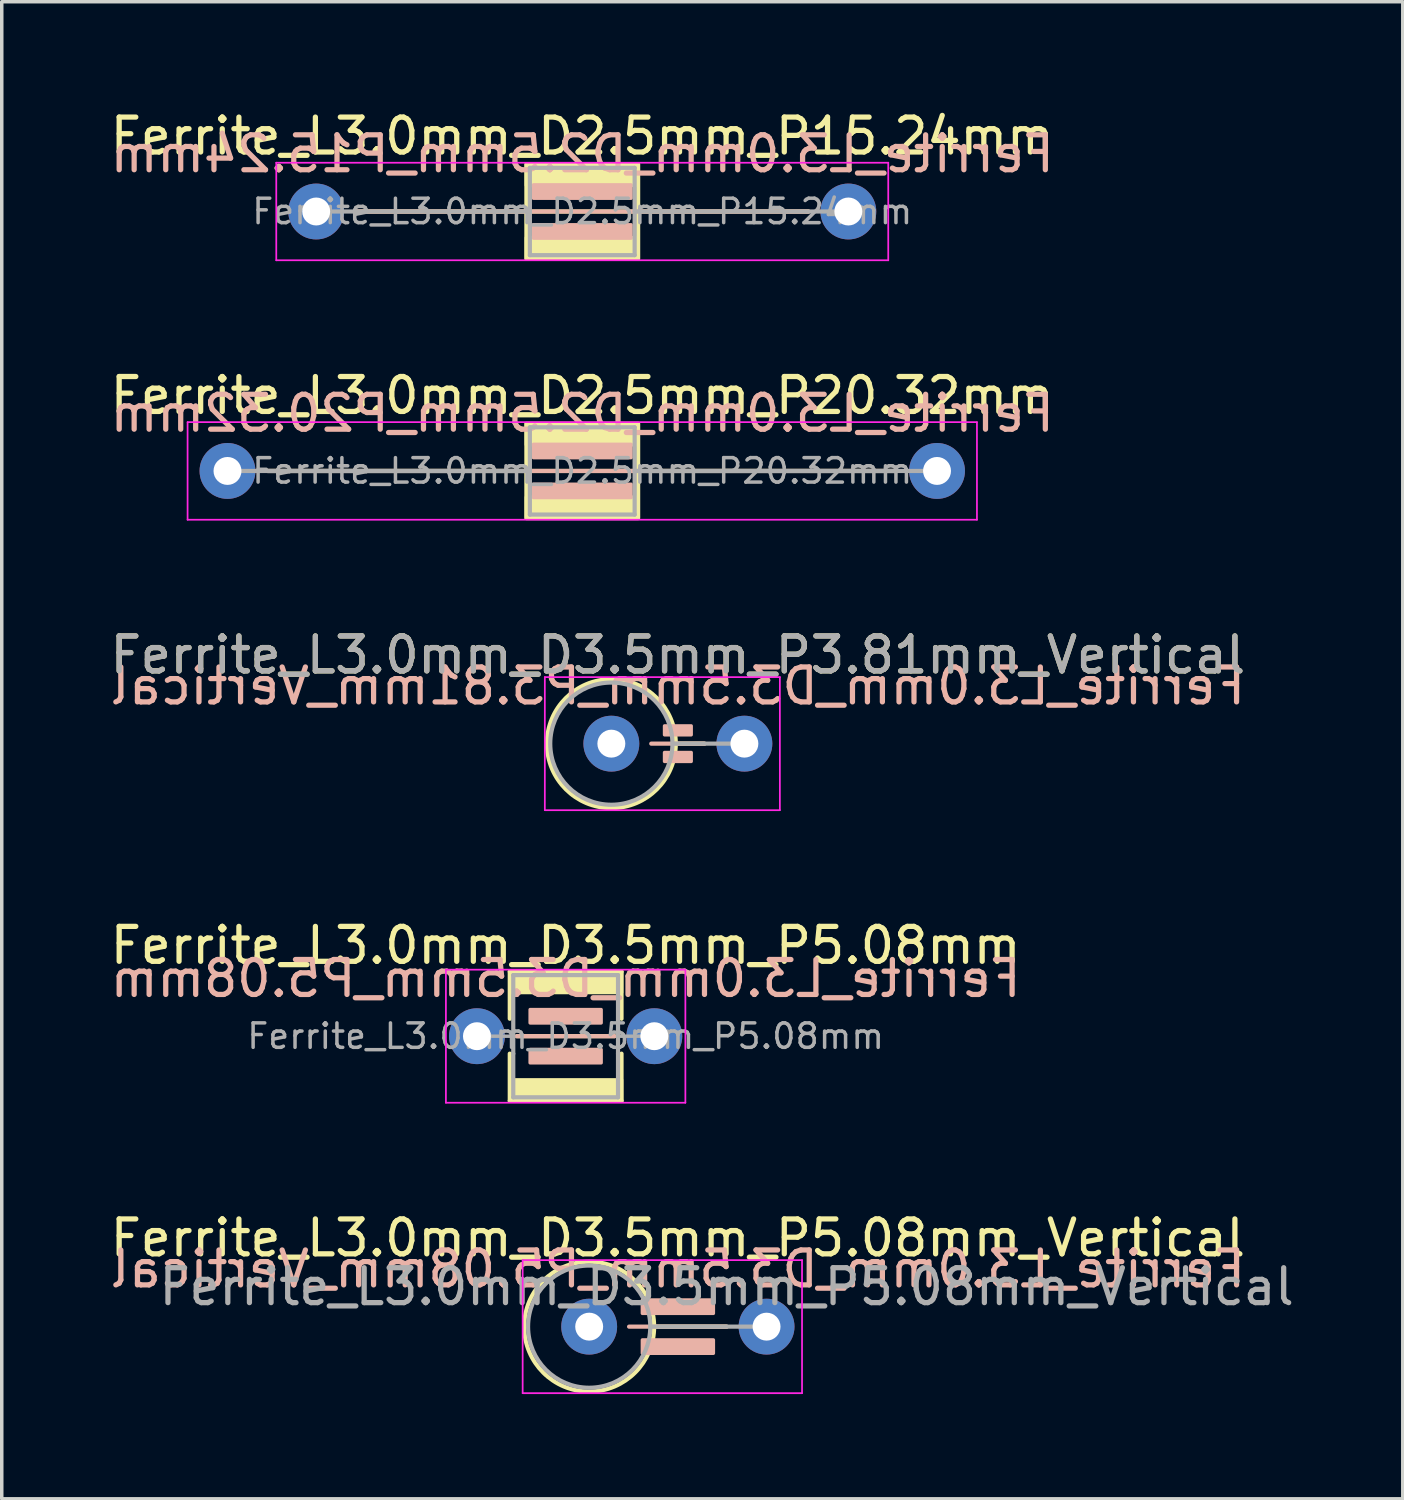
<source format=kicad_pcb>
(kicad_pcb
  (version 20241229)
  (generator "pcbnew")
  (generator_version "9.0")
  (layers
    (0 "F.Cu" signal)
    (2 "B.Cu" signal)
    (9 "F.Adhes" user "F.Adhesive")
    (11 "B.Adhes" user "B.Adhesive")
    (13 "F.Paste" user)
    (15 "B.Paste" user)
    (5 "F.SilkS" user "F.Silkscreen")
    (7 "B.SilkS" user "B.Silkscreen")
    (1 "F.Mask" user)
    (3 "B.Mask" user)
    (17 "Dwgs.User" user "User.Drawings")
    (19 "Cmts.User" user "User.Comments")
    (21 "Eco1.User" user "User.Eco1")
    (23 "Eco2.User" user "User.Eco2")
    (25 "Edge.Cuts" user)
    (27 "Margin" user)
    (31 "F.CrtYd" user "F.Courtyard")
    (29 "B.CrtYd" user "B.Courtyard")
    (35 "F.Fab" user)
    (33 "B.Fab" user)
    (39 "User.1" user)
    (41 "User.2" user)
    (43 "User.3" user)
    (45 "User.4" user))
  (footprint "Ferrite_L3.0mm_D3.5mm_P3.81mm_Vertical"
    (layer "F.Cu")
    (at 14.458 18.247)
    (property "Reference" "Ferrite_L3.0mm_D3.5mm_P3.81mm_Vertical" (at 1.905 -2.54 0) (layer "F.SilkS") (effects (font (size 1 1) (thickness 0.15))))
    (fp_line (start 1.845 0) (end 2.667 0) (stroke (width 0.12) (type solid)) (layer "F.SilkS"))
    (fp_circle (center 0 0) (end -1.845 0) (stroke (width 0.12) (type solid)) (fill no) (layer "F.SilkS"))
    (fp_line (start 2.667 0) (end 1.143 0) (stroke (width 0.12) (type solid)) (layer "B.SilkS"))
    (fp_rect (start 1.524 -0.508) (end 2.286 -0.254) (stroke (width 0.1) (type solid)) (fill yes) (layer "B.SilkS"))
    (fp_rect (start 1.524 0.254) (end 2.286 0.508) (stroke (width 0.1) (type solid)) (fill yes) (layer "B.SilkS"))
    (fp_line (start -1.905 -1.905) (end 4.826 -1.905) (stroke (width 0.05) (type solid)) (layer "F.CrtYd"))
    (fp_line (start -1.905 1.905) (end -1.905 -1.905) (stroke (width 0.05) (type solid)) (layer "F.CrtYd"))
    (fp_line (start 4.826 -1.905) (end 4.826 1.905) (stroke (width 0.05) (type solid)) (layer "F.CrtYd"))
    (fp_line (start 4.826 1.905) (end -1.905 1.905) (stroke (width 0.05) (type solid)) (layer "F.CrtYd"))
    (fp_line (start 1.75 0) (end 3.81 0) (stroke (width 0.12) (type solid)) (layer "F.Fab"))
    (fp_circle (center 0 0) (end -1.75 0) (stroke (width 0.12) (type solid)) (fill no) (layer "F.Fab"))
    (fp_text user "${REFERENCE}" (at 1.905 -1.651 0) (layer "B.SilkS") (effects (font (size 1 1) (thickness 0.15)) (justify mirror)))
    (fp_text user "${REFERENCE}" (at 1.905 -2.539 0) (layer "F.Fab") (effects (font (size 1 1) (thickness 0.15))))
    (pad "1" thru_hole circle (at 0 0) (size 1.6 1.6) (drill 0.8) (layers "*.Cu" "*.Mask"))
    (pad "2" thru_hole circle (at 3.81 0) (size 1.6 1.6) (drill 0.8) (layers "*.Cu" "*.Mask")))
  (footprint "Ferrite_L3.0mm_D2.5mm_P20.32mm"
    (layer "F.Cu")
    (at 3.465 10.437)
    (property "Reference" "Ferrite_L3.0mm_D2.5mm_P20.32mm" (at 10.16 -2.159 0) (layer "F.SilkS") (effects (font (size 1 1) (thickness 0.15))))
    (fp_line (start 11.774 0.000002) (end 1.143 0) (stroke (width 0.12) (type solid)) (layer "F.SilkS"))
    (fp_line (start 11.774 0.000002) (end 19.177 0) (stroke (width 0.12) (type solid)) (layer "F.SilkS"))
    (fp_rect (start 8.56 -1.35) (end 11.76 1.35) (stroke (width 0.12) (type solid)) (fill no) (layer "F.SilkS"))
    (fp_poly (pts (xy 11.76 -0.75) (xy 8.56 -0.75) (xy 8.56 -1.35) (xy 11.76 -1.35)) (stroke (width 0.1) (type solid)) (fill yes) (layer "F.SilkS"))
    (fp_poly (pts (xy 11.76 1.35) (xy 8.56 1.35) (xy 8.56 0.75) (xy 11.76 0.75)) (stroke (width 0.1) (type solid)) (fill yes) (layer "F.SilkS"))
    (fp_line (start 1.143 0) (end 19.177 0) (stroke (width 0.12) (type solid)) (layer "B.SilkS"))
    (fp_rect (start 8.763 -0.762) (end 11.557 -0.381) (stroke (width 0.1) (type solid)) (fill yes) (layer "B.SilkS"))
    (fp_rect (start 8.763 0.381) (end 11.557 0.762) (stroke (width 0.1) (type solid)) (fill yes) (layer "B.SilkS"))
    (fp_line (start -1.143 -1.397) (end 21.463 -1.397) (stroke (width 0.05) (type solid)) (layer "F.CrtYd"))
    (fp_line (start -1.143 1.397) (end -1.143 -1.397) (stroke (width 0.05) (type solid)) (layer "F.CrtYd"))
    (fp_line (start 21.463 -1.397) (end 21.463 1.397) (stroke (width 0.05) (type solid)) (layer "F.CrtYd"))
    (fp_line (start 21.463 1.397) (end -1.143 1.397) (stroke (width 0.05) (type solid)) (layer "F.CrtYd"))
    (fp_line (start 8.66 -1.25) (end 8.66 0) (stroke (width 0.12) (type solid)) (layer "F.Fab"))
    (fp_line (start 8.66 0) (end 0 0) (stroke (width 0.12) (type solid)) (layer "F.Fab"))
    (fp_line (start 8.66 0) (end 8.66 1.25) (stroke (width 0.12) (type solid)) (layer "F.Fab"))
    (fp_line (start 8.66 1.25) (end 11.66 1.25) (stroke (width 0.12) (type solid)) (layer "F.Fab"))
    (fp_line (start 11.66 -1.25) (end 8.66 -1.25) (stroke (width 0.12) (type solid)) (layer "F.Fab"))
    (fp_line (start 11.66 0) (end 20.32 0) (stroke (width 0.12) (type solid)) (layer "F.Fab"))
    (fp_line (start 11.66 1.25) (end 11.66 -1.25) (stroke (width 0.12) (type solid)) (layer "F.Fab"))
    (fp_text user "${REFERENCE}" (at 10.16 -1.651 0) (layer "B.SilkS") (effects (font (size 1 1) (thickness 0.15)) (justify mirror)))
    (fp_text user "${REFERENCE}" (at 10.16 0 0) (layer "F.Fab") (effects (font (size 0.7 0.7) (thickness 0.1))))
    (pad "1" thru_hole circle (at 0 0) (size 1.6 1.6) (drill 0.8) (layers "*.Cu" "*.Mask"))
    (pad "2" thru_hole circle (at 20.32 0) (size 1.6 1.6) (drill 0.8) (layers "*.Cu" "*.Mask")))
  (footprint "Ferrite_L3.0mm_D3.5mm_P5.08mm"
    (layer "F.Cu")
    (at 10.609 26.625)
    (property "Reference" "Ferrite_L3.0mm_D3.5mm_P5.08mm" (at 2.54 -2.6 0) (layer "F.SilkS") (effects (font (size 1 1) (thickness 0.15))))
    (fp_line (start 0.94 -1.85) (end 0.94 -0.5) (stroke (width 0.12) (type solid)) (layer "F.SilkS"))
    (fp_line (start 0.94 0.5) (end 0.94 1.85) (stroke (width 0.12) (type solid)) (layer "F.SilkS"))
    (fp_line (start 0.94 1.85) (end 4.14 1.85) (stroke (width 0.12) (type solid)) (layer "F.SilkS"))
    (fp_line (start 3.937 0) (end 1.143 0) (stroke (width 0.12) (type solid)) (layer "F.SilkS"))
    (fp_line (start 4.14 -1.85) (end 0.94 -1.85) (stroke (width 0.12) (type solid)) (layer "F.SilkS"))
    (fp_line (start 4.14 -1.85) (end 4.14 -0.5) (stroke (width 0.12) (type solid)) (layer "F.SilkS"))
    (fp_line (start 4.14 1.85) (end 4.14 0.5) (stroke (width 0.12) (type solid)) (layer "F.SilkS"))
    (fp_poly (pts (xy 4.14 -1.25) (xy 0.94 -1.25) (xy 0.94 -1.85) (xy 4.14 -1.85)) (stroke (width 0.1) (type solid)) (fill yes) (layer "F.SilkS"))
    (fp_poly (pts (xy 4.14 1.85) (xy 0.94 1.85) (xy 0.94 1.25) (xy 4.14 1.25)) (stroke (width 0.1) (type solid)) (fill yes) (layer "F.SilkS"))
    (fp_line (start 3.937 0) (end 1.143 0) (stroke (width 0.12) (type solid)) (layer "B.SilkS"))
    (fp_rect (start 1.524 -0.762) (end 3.556 -0.381) (stroke (width 0.1) (type solid)) (fill yes) (layer "B.SilkS"))
    (fp_rect (start 1.524 0.381) (end 3.556 0.762) (stroke (width 0.1) (type solid)) (fill yes) (layer "B.SilkS"))
    (fp_line (start -0.889 -1.905) (end 5.969 -1.905) (stroke (width 0.05) (type solid)) (layer "F.CrtYd"))
    (fp_line (start -0.889 1.905) (end -0.889 -1.905) (stroke (width 0.05) (type solid)) (layer "F.CrtYd"))
    (fp_line (start 5.969 -1.905) (end 5.969 1.905) (stroke (width 0.05) (type solid)) (layer "F.CrtYd"))
    (fp_line (start 5.969 1.905) (end -0.889 1.905) (stroke (width 0.05) (type solid)) (layer "F.CrtYd"))
    (fp_line (start 0 0) (end 1.016 0) (stroke (width 0.1) (type solid)) (layer "F.Fab"))
    (fp_line (start 1.04 -1.75) (end 1.04 0.5) (stroke (width 0.12) (type solid)) (layer "F.Fab"))
    (fp_line (start 1.04 0.5) (end 1.04 1.75) (stroke (width 0.12) (type solid)) (layer "F.Fab"))
    (fp_line (start 1.04 1.75) (end 4.04 1.75) (stroke (width 0.12) (type solid)) (layer "F.Fab"))
    (fp_line (start 4.04 -1.75) (end 1.04 -1.75) (stroke (width 0.12) (type solid)) (layer "F.Fab"))
    (fp_line (start 4.04 -1.75) (end 4.04 0.5) (stroke (width 0.12) (type solid)) (layer "F.Fab"))
    (fp_line (start 4.04 1.75) (end 4.04 0.5) (stroke (width 0.12) (type solid)) (layer "F.Fab"))
    (fp_line (start 5.08 0) (end 4.064 0) (stroke (width 0.1) (type solid)) (layer "F.Fab"))
    (fp_text user "${REFERENCE}" (at 2.54 -1.651 0) (layer "B.SilkS") (effects (font (size 1 1) (thickness 0.15)) (justify mirror)))
    (fp_text user "${REFERENCE}" (at 2.54 0 0) (layer "F.Fab") (effects (font (size 0.7 0.7) (thickness 0.1))))
    (pad "1" thru_hole circle (at 0 0) (size 1.6 1.6) (drill 0.8) (layers "*.Cu" "*.Mask"))
    (pad "2" thru_hole circle (at 5.08 0) (size 1.6 1.6) (drill 0.8) (layers "*.Cu" "*.Mask")))
  (footprint "Ferrite_L3.0mm_D3.5mm_P5.08mm_Vertical"
    (layer "F.Cu")
    (at 13.823 34.943)
    (property "Reference" "Ferrite_L3.0mm_D3.5mm_P5.08mm_Vertical" (at 2.54 -2.54 0) (layer "F.SilkS") (effects (font (size 1 1) (thickness 0.15))))
    (fp_line (start 1.86 0) (end 3.937 0) (stroke (width 0.12) (type solid)) (layer "F.SilkS"))
    (fp_circle (center 0 0) (end -1.86 0) (stroke (width 0.12) (type solid)) (fill no) (layer "F.SilkS"))
    (fp_line (start 3.937 0) (end 1.143 0) (stroke (width 0.12) (type solid)) (layer "B.SilkS"))
    (fp_rect (start 1.524 -0.762) (end 3.556 -0.381) (stroke (width 0.1) (type solid)) (fill yes) (layer "B.SilkS"))
    (fp_rect (start 1.524 0.381) (end 3.556 0.762) (stroke (width 0.1) (type solid)) (fill yes) (layer "B.SilkS"))
    (fp_line (start -1.905 -1.905) (end 6.096 -1.905) (stroke (width 0.05) (type solid)) (layer "F.CrtYd"))
    (fp_line (start -1.905 1.905) (end -1.905 -1.905) (stroke (width 0.05) (type solid)) (layer "F.CrtYd"))
    (fp_line (start 6.096 -1.905) (end 6.096 1.905) (stroke (width 0.05) (type solid)) (layer "F.CrtYd"))
    (fp_line (start 6.096 1.905) (end -1.905 1.905) (stroke (width 0.05) (type solid)) (layer "F.CrtYd"))
    (fp_line (start 1.75 0) (end 5.08 0) (stroke (width 0.12) (type solid)) (layer "F.Fab"))
    (fp_circle (center 0 0) (end -1.75 0) (stroke (width 0.12) (type solid)) (fill no) (layer "F.Fab"))
    (fp_text user "${REFERENCE}" (at 2.54 -1.651 0) (layer "B.SilkS") (effects (font (size 1 1) (thickness 0.15)) (justify mirror)))
    (fp_text user "${REFERENCE}" (at 3.937 -1.143 0) (layer "F.Fab") (effects (font (size 1 1) (thickness 0.15))))
    (pad "1" thru_hole circle (at 0 0) (size 1.6 1.6) (drill 0.8) (layers "*.Cu" "*.Mask"))
    (pad "2" thru_hole circle (at 5.08 0) (size 1.6 1.6) (drill 0.8) (layers "*.Cu" "*.Mask")))
  (footprint "Ferrite_L3.0mm_D2.5mm_P15.24mm"
    (layer "F.Cu")
    (at 6.005 3.007)
    (property "Reference" "Ferrite_L3.0mm_D2.5mm_P15.24mm" (at 7.62 -2.159 0) (layer "F.SilkS") (effects (font (size 1 1) (thickness 0.15))))
    (fp_line (start 9.234 0.000002) (end 1.143 0) (stroke (width 0.12) (type solid)) (layer "F.SilkS"))
    (fp_line (start 9.234 0.000002) (end 14.097 0) (stroke (width 0.12) (type solid)) (layer "F.SilkS"))
    (fp_rect (start 6.02 -1.35) (end 9.22 1.35) (stroke (width 0.12) (type solid)) (fill no) (layer "F.SilkS"))
    (fp_poly (pts (xy 9.22 -0.75) (xy 6.02 -0.75) (xy 6.02 -1.35) (xy 9.22 -1.35)) (stroke (width 0.1) (type solid)) (fill yes) (layer "F.SilkS"))
    (fp_poly (pts (xy 9.22 1.35) (xy 6.02 1.35) (xy 6.02 0.75) (xy 9.22 0.75)) (stroke (width 0.1) (type solid)) (fill yes) (layer "F.SilkS"))
    (fp_line (start 1.143 0) (end 14.097 0) (stroke (width 0.12) (type solid)) (layer "B.SilkS"))
    (fp_rect (start 6.223 -0.762) (end 9.017 -0.381) (stroke (width 0.1) (type solid)) (fill yes) (layer "B.SilkS"))
    (fp_rect (start 6.223 0.381) (end 9.017 0.762) (stroke (width 0.1) (type solid)) (fill yes) (layer "B.SilkS"))
    (fp_line (start -1.143 -1.397) (end 16.383 -1.397) (stroke (width 0.05) (type solid)) (layer "F.CrtYd"))
    (fp_line (start -1.143 1.397) (end -1.143 -1.397) (stroke (width 0.05) (type solid)) (layer "F.CrtYd"))
    (fp_line (start 16.383 -1.397) (end 16.383 1.397) (stroke (width 0.05) (type solid)) (layer "F.CrtYd"))
    (fp_line (start 16.383 1.397) (end -1.143 1.397) (stroke (width 0.05) (type solid)) (layer "F.CrtYd"))
    (fp_line (start 6.12 -1.25) (end 6.12 0) (stroke (width 0.12) (type solid)) (layer "F.Fab"))
    (fp_line (start 6.12 0) (end 0 0) (stroke (width 0.12) (type solid)) (layer "F.Fab"))
    (fp_line (start 6.12 0) (end 6.12 1.25) (stroke (width 0.12) (type solid)) (layer "F.Fab"))
    (fp_line (start 6.12 1.25) (end 9.12 1.25) (stroke (width 0.12) (type solid)) (layer "F.Fab"))
    (fp_line (start 9.12 -1.25) (end 6.12 -1.25) (stroke (width 0.12) (type solid)) (layer "F.Fab"))
    (fp_line (start 9.12 0) (end 15.24 0) (stroke (width 0.12) (type solid)) (layer "F.Fab"))
    (fp_line (start 9.12 1.25) (end 9.12 -1.25) (stroke (width 0.12) (type solid)) (layer "F.Fab"))
    (fp_text user "${REFERENCE}" (at 7.62 -1.651 0) (layer "B.SilkS") (effects (font (size 1 1) (thickness 0.15)) (justify mirror)))
    (fp_text user "${REFERENCE}" (at 7.62 0 0) (layer "F.Fab") (effects (font (size 0.7 0.7) (thickness 0.1))))
    (pad "1" thru_hole circle (at 0 0) (size 1.6 1.6) (drill 0.8) (layers "*.Cu" "*.Mask"))
    (pad "2" thru_hole circle (at 15.24 0) (size 1.6 1.6) (drill 0.8) (layers "*.Cu" "*.Mask")))
  (gr_rect
    (start -3 -3)
    (end 37.123 39.873)
    (stroke (width 0.1) (type default))
    (fill no)
    (layer "Edge.Cuts")))
</source>
